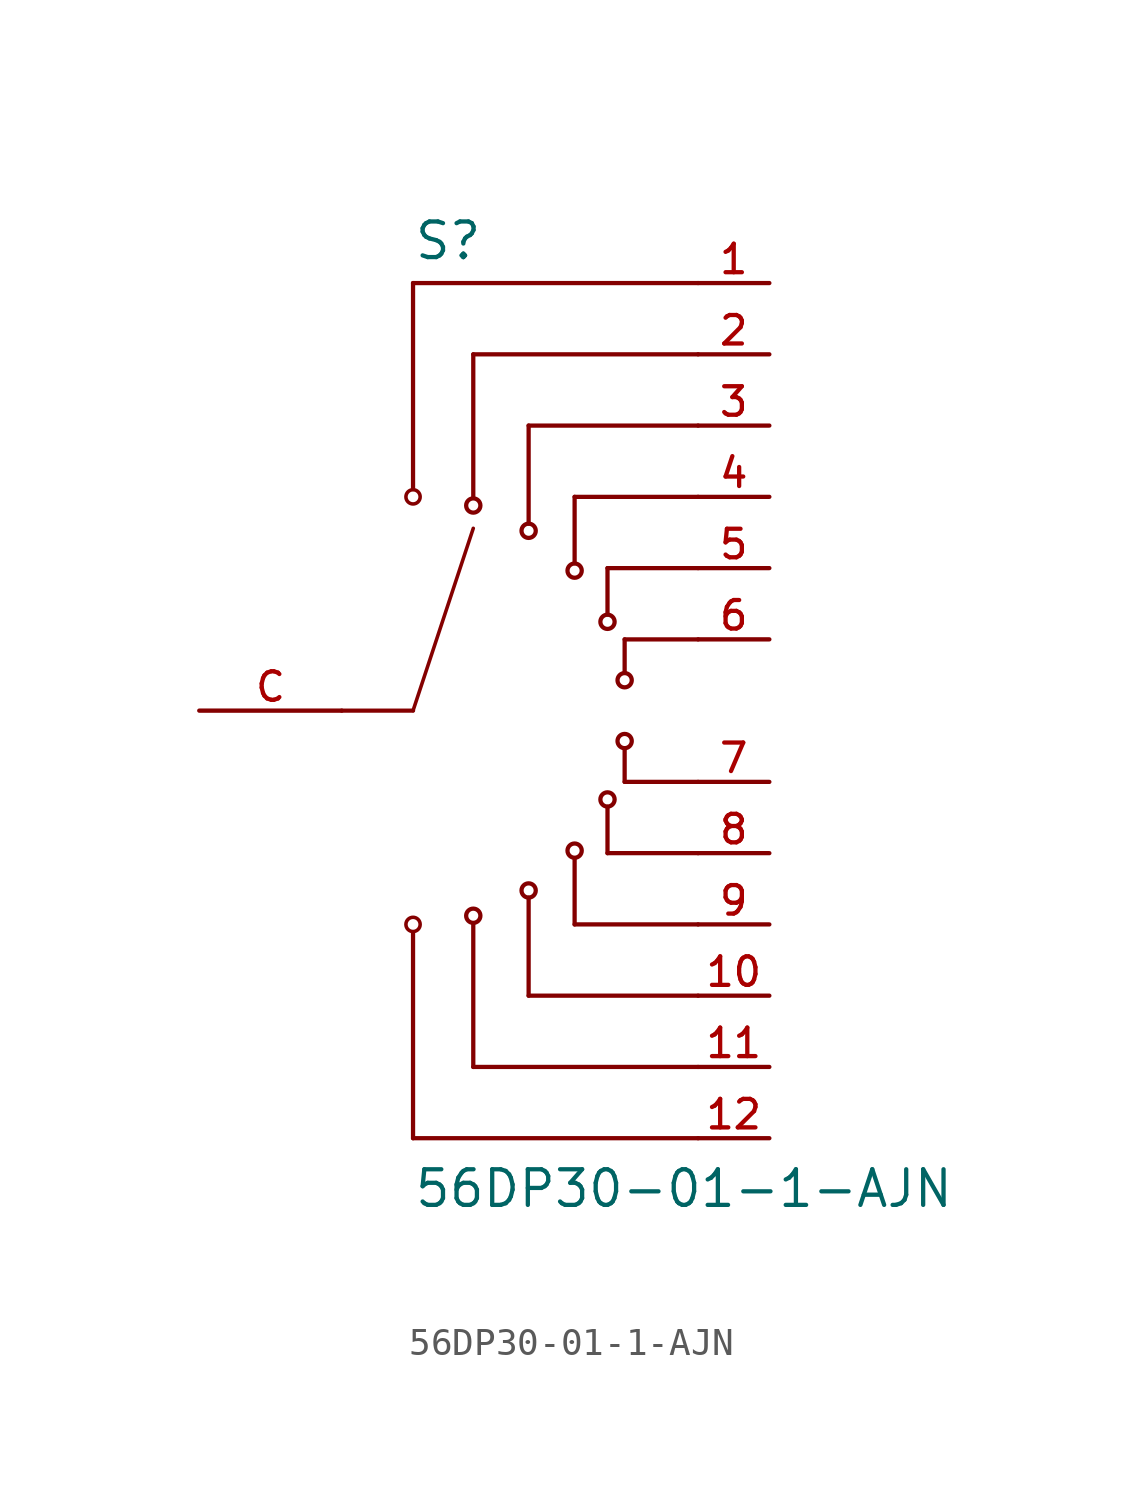
<source format=kicad_sym>
(kicad_symbol_lib
  (version 20211014)
  (generator kicad_symbol_editor)
  (symbol "56DP30-01-1-AJN"
    (pin_names
      (offset 1.016))
    (property "Reference" "S"
      (at -2.54 16.002 0)
      (effects (font (size 1.27 1.27)) (justify left bottom)))
    (property "Value" "56DP30-01-1-AJN"
      (at -2.54 -17.78 0)
      (effects (font (size 1.27 1.27)) (justify left bottom)))
    (symbol "56DP30-01-1-AJN_0_0"
      (circle (center -2.54 -7.62) (radius 0.254) (stroke (width 0.127) (type default) (color 0 0 0 0)) (fill (type none)))
      (circle (center -2.54 7.62) (radius 0.254) (stroke (width 0.127) (type default) (color 0 0 0 0)) (fill (type none)))
      (circle (center -0.393 -7.311) (radius 0.254) (stroke (width 0.152) (type default) (color 0 0 0 0)) (fill (type none)))
      (circle (center -0.393 7.311) (radius 0.254) (stroke (width 0.152) (type default) (color 0 0 0 0)) (fill (type none)))
      (polyline (pts (xy -5.08 0) (xy -2.54 0)) (stroke (width 0.152) (type default) (color 0 0 0 0)) (fill (type none)))
      (polyline (pts (xy -2.54 -15.24) (xy -2.54 -7.899)) (stroke (width 0.152) (type default) (color 0 0 0 0)) (fill (type none)))
      (polyline (pts (xy -2.54 0) (xy -0.393 6.498)) (stroke (width 0.127) (type default) (color 0 0 0 0)) (fill (type none)))
      (polyline (pts (xy -2.54 15.24) (xy -2.54 7.899)) (stroke (width 0.152) (type default) (color 0 0 0 0)) (fill (type none)))
      (polyline (pts (xy -0.393 -12.7) (xy -0.393 -7.62)) (stroke (width 0.152) (type default) (color 0 0 0 0)) (fill (type none)))
      (polyline (pts (xy -0.393 12.7) (xy -0.393 7.62)) (stroke (width 0.152) (type default) (color 0 0 0 0)) (fill (type none)))
      (polyline (pts (xy 1.58 -10.16) (xy 1.58 -6.668)) (stroke (width 0.152) (type default) (color 0 0 0 0)) (fill (type none)))
      (polyline (pts (xy 1.58 10.16) (xy 1.58 6.668)) (stroke (width 0.152) (type default) (color 0 0 0 0)) (fill (type none)))
      (polyline (pts (xy 3.219 -7.62) (xy 3.219 -5.258)) (stroke (width 0.152) (type default) (color 0 0 0 0)) (fill (type none)))
      (polyline (pts (xy 3.219 7.62) (xy 3.219 5.258)) (stroke (width 0.152) (type default) (color 0 0 0 0)) (fill (type none)))
      (polyline (pts (xy 4.391 -5.08) (xy 4.391 -3.429)) (stroke (width 0.152) (type default) (color 0 0 0 0)) (fill (type none)))
      (polyline (pts (xy 4.391 5.08) (xy 4.391 3.429)) (stroke (width 0.152) (type default) (color 0 0 0 0)) (fill (type none)))
      (polyline (pts (xy 5.002 -2.54) (xy 5.002 -1.346)) (stroke (width 0.152) (type default) (color 0 0 0 0)) (fill (type none)))
      (polyline (pts (xy 5.002 2.54) (xy 5.002 1.346)) (stroke (width 0.152) (type default) (color 0 0 0 0)) (fill (type none)))
      (polyline (pts (xy 7.62 -15.24) (xy -2.54 -15.24)) (stroke (width 0.152) (type default) (color 0 0 0 0)) (fill (type none)))
      (polyline (pts (xy 7.62 -12.7) (xy -0.393 -12.7)) (stroke (width 0.152) (type default) (color 0 0 0 0)) (fill (type none)))
      (polyline (pts (xy 7.62 -10.16) (xy 1.58 -10.16)) (stroke (width 0.152) (type default) (color 0 0 0 0)) (fill (type none)))
      (polyline (pts (xy 7.62 -7.62) (xy 3.219 -7.62)) (stroke (width 0.152) (type default) (color 0 0 0 0)) (fill (type none)))
      (polyline (pts (xy 7.62 -5.08) (xy 4.391 -5.08)) (stroke (width 0.152) (type default) (color 0 0 0 0)) (fill (type none)))
      (polyline (pts (xy 7.62 -2.54) (xy 5.002 -2.54)) (stroke (width 0.152) (type default) (color 0 0 0 0)) (fill (type none)))
      (polyline (pts (xy 7.62 2.54) (xy 5.002 2.54)) (stroke (width 0.152) (type default) (color 0 0 0 0)) (fill (type none)))
      (polyline (pts (xy 7.62 5.08) (xy 4.391 5.08)) (stroke (width 0.152) (type default) (color 0 0 0 0)) (fill (type none)))
      (polyline (pts (xy 7.62 7.62) (xy 3.219 7.62)) (stroke (width 0.152) (type default) (color 0 0 0 0)) (fill (type none)))
      (polyline (pts (xy 7.62 10.16) (xy 1.58 10.16)) (stroke (width 0.152) (type default) (color 0 0 0 0)) (fill (type none)))
      (polyline (pts (xy 7.62 12.7) (xy -0.393 12.7)) (stroke (width 0.152) (type default) (color 0 0 0 0)) (fill (type none)))
      (polyline (pts (xy 7.62 15.24) (xy -2.54 15.24)) (stroke (width 0.152) (type default) (color 0 0 0 0)) (fill (type none)))
      (circle (center 1.58 -6.41) (radius 0.254) (stroke (width 0.152) (type default) (color 0 0 0 0)) (fill (type none)))
      (circle (center 1.58 6.41) (radius 0.254) (stroke (width 0.152) (type default) (color 0 0 0 0)) (fill (type none)))
      (circle (center 3.219 -4.99) (radius 0.254) (stroke (width 0.152) (type default) (color 0 0 0 0)) (fill (type none)))
      (circle (center 3.219 4.99) (radius 0.254) (stroke (width 0.152) (type default) (color 0 0 0 0)) (fill (type none)))
      (circle (center 4.391 -3.166) (radius 0.254) (stroke (width 0.152) (type default) (color 0 0 0 0)) (fill (type none)))
      (circle (center 4.391 3.166) (radius 0.254) (stroke (width 0.152) (type default) (color 0 0 0 0)) (fill (type none)))
      (circle (center 5.002 -1.084) (radius 0.254) (stroke (width 0.152) (type default) (color 0 0 0 0)) (fill (type none)))
      (circle (center 5.002 1.084) (radius 0.254) (stroke (width 0.152) (type default) (color 0 0 0 0)) (fill (type none)))
      (pin bidirectional line (at 10.16 15.24 180) (length 2.54) (name "~" (effects (font (size 1.016 1.016)))) (number "1" (effects (font (size 1.016 1.016)))))
      (pin bidirectional line (at 10.16 -10.16 180) (length 2.54) (name "~" (effects (font (size 1.016 1.016)))) (number "10" (effects (font (size 1.016 1.016)))))
      (pin bidirectional line (at 10.16 -12.7 180) (length 2.54) (name "~" (effects (font (size 1.016 1.016)))) (number "11" (effects (font (size 1.016 1.016)))))
      (pin bidirectional line (at 10.16 -15.24 180) (length 2.54) (name "~" (effects (font (size 1.016 1.016)))) (number "12" (effects (font (size 1.016 1.016)))))
      (pin bidirectional line (at 10.16 12.7 180) (length 2.54) (name "~" (effects (font (size 1.016 1.016)))) (number "2" (effects (font (size 1.016 1.016)))))
      (pin bidirectional line (at 10.16 10.16 180) (length 2.54) (name "~" (effects (font (size 1.016 1.016)))) (number "3" (effects (font (size 1.016 1.016)))))
      (pin bidirectional line (at 10.16 7.62 180) (length 2.54) (name "~" (effects (font (size 1.016 1.016)))) (number "4" (effects (font (size 1.016 1.016)))))
      (pin bidirectional line (at 10.16 5.08 180) (length 2.54) (name "~" (effects (font (size 1.016 1.016)))) (number "5" (effects (font (size 1.016 1.016)))))
      (pin bidirectional line (at 10.16 2.54 180) (length 2.54) (name "~" (effects (font (size 1.016 1.016)))) (number "6" (effects (font (size 1.016 1.016)))))
      (pin bidirectional line (at 10.16 -2.54 180) (length 2.54) (name "~" (effects (font (size 1.016 1.016)))) (number "7" (effects (font (size 1.016 1.016)))))
      (pin bidirectional line (at 10.16 -5.08 180) (length 2.54) (name "~" (effects (font (size 1.016 1.016)))) (number "8" (effects (font (size 1.016 1.016)))))
      (pin bidirectional line (at 10.16 -7.62 180) (length 2.54) (name "~" (effects (font (size 1.016 1.016)))) (number "9" (effects (font (size 1.016 1.016)))))
      (pin bidirectional line (at -10.16 0 0) (length 5.08) (name "~" (effects (font (size 1.016 1.016)))) (number "C" (effects (font (size 1.016 1.016))))))))
</source>
